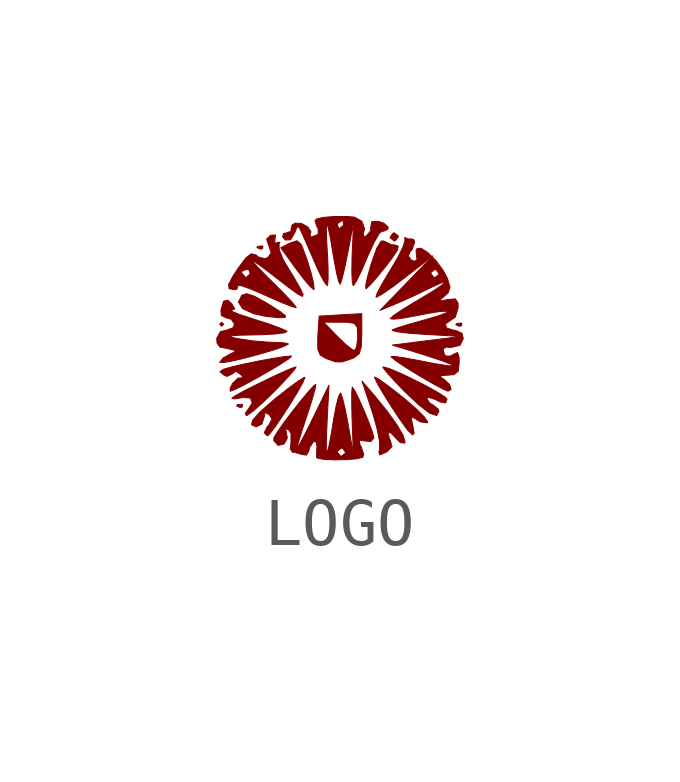
<source format=kicad_sym>
(kicad_symbol_lib
  (version 20210619)
  (generator bitmap2component)
  (symbol "LOGO"
    (pin_names
      (offset 1.016))
    (property "Reference" "#G"
      (at 0 2.074 0)
      (effects (font (size 1.27 1.27)) hide))
    (symbol "LOGO_0_0"
      (polyline (pts (xy 0.176 -2.528) (xy 0.396 -2.51) (xy 0.529 -2.479) (xy 0.548 -2.416) (xy 0.499 -2.268) (xy 0.462 -2.195) (xy 0.46 -2.122) (xy 0.583 -2.139) (xy 0.697 -2.149) (xy 0.762 -2.077) (xy 0.733 -1.961) (xy 0.657 -1.754) (xy 0.556 -1.506) (xy 0.451 -1.267) (xy 0.362 -1.087) (xy 0.311 -1.016) (xy 0.307 -1.025) (xy 0.299 -1.152) (xy 0.299 -1.395) (xy 0.307 -1.714) (xy 0.333 -2.413) (xy 0.225 -1.802) (xy 0.219 -1.765) (xy 0.16 -1.466) (xy 0.106 -1.242) (xy 0.068 -1.14) (xy 0.062 -1.138) (xy 0.023 -1.217) (xy -0.029 -1.419) (xy -0.082 -1.709) (xy -0.124 -1.967) (xy -0.179 -2.256) (xy -0.212 -2.371) (xy 0 -2.371) (xy 0.002 -2.35) (xy 0.085 -2.286) (xy 0.105 -2.288) (xy 0.169 -2.371) (xy 0.167 -2.391) (xy 0.085 -2.455) (xy 0.064 -2.453) (xy 0 -2.371) (xy -0.212 -2.371) (xy -0.214 -2.377) (xy -0.231 -2.331) (xy -0.231 -2.117) (xy -0.215 -1.736) (xy -0.176 -0.974) (xy -0.505 -1.651) (xy -0.578 -1.801) (xy -0.711 -2.062) (xy -0.803 -2.231) (xy -0.84 -2.28) (xy -0.84 -2.271) (xy -0.807 -2.144) (xy -0.735 -1.91) (xy -0.635 -1.609) (xy -0.611 -1.538) (xy -0.521 -1.253) (xy -0.464 -1.047) (xy -0.452 -0.959) (xy -0.485 -0.98) (xy -0.598 -1.101) (xy -0.76 -1.296) (xy -0.943 -1.527) (xy -1.117 -1.758) (xy -1.253 -1.952) (xy -1.323 -2.07) (xy -1.327 -2.13) (xy -1.24 -2.227) (xy -1.231 -2.23) (xy -1.111 -2.201) (xy -1.044 -2.076) (xy -1.071 -1.927) (xy -1.088 -1.885) (xy -1.022 -1.901) (xy -0.967 -1.98) (xy -0.968 -2.168) (xy -0.982 -2.302) (xy -0.94 -2.371) (xy -0.889 -2.376) (xy -0.727 -2.422) (xy -0.645 -2.433) (xy -0.593 -2.342) (xy -0.584 -2.281) (xy -0.501 -2.155) (xy -0.448 -2.148) (xy -0.426 -2.256) (xy -0.433 -2.346) (xy -0.433 -2.483) (xy -0.419 -2.496) (xy -0.289 -2.521) (xy -0.072 -2.532) (xy 0.176 -2.528)) (stroke (width 0.01)) (fill (type outline)))
      (polyline (pts (xy 1.009 -2.374) (xy 1.039 -2.358) (xy 1.138 -2.256) (xy 1.099 -2.113) (xy 1.083 -2.082) (xy 1.054 -1.965) (xy 1.113 -1.968) (xy 1.233 -2.095) (xy 1.312 -2.173) (xy 1.403 -2.182) (xy 1.411 -2.165) (xy 1.375 -2.032) (xy 1.245 -1.807) (xy 1.037 -1.516) (xy 0.767 -1.185) (xy 0.513 -0.889) (xy 0.723 -1.519) (xy 0.742 -1.578) (xy 0.83 -1.895) (xy 0.88 -2.156) (xy 0.881 -2.31) (xy 0.864 -2.373) (xy 0.882 -2.428) (xy 1.009 -2.374)) (stroke (width 0.01)) (fill (type outline)))
      (polyline (pts (xy -1.414 -1.993) (xy -1.299 -1.843) (xy -1.146 -1.619) (xy -0.981 -1.363) (xy -0.83 -1.116) (xy -0.72 -0.919) (xy -0.677 -0.813) (xy -0.694 -0.813) (xy -0.81 -0.884) (xy -1.013 -1.032) (xy -1.274 -1.237) (xy -1.33 -1.283) (xy -1.613 -1.532) (xy -1.769 -1.707) (xy -1.79 -1.8) (xy -1.694 -1.844) (xy -1.576 -1.785) (xy -1.524 -1.629) (xy -1.505 -1.541) (xy -1.422 -1.592) (xy -1.364 -1.68) (xy -1.422 -1.795) (xy -1.471 -1.852) (xy -1.524 -1.964) (xy -1.524 -1.97) (xy -1.459 -2.032) (xy -1.414 -1.993)) (stroke (width 0.01)) (fill (type outline)))
      (polyline (pts (xy 1.6 -1.975) (xy 1.57 -1.806) (xy 1.546 -1.698) (xy 1.556 -1.631) (xy 1.643 -1.687) (xy 1.731 -1.74) (xy 1.874 -1.76) (xy 1.882 -1.74) (xy 1.809 -1.634) (xy 1.638 -1.463) (xy 1.391 -1.25) (xy 1.264 -1.149) (xy 1.023 -0.963) (xy 0.85 -0.841) (xy 0.776 -0.805) (xy 0.776 -0.819) (xy 0.835 -0.942) (xy 0.961 -1.158) (xy 1.133 -1.433) (xy 1.294 -1.676) (xy 1.467 -1.915) (xy 1.567 -2.013) (xy 1.6 -1.975)) (stroke (width 0.01)) (fill (type outline)))
      (polyline (pts (xy -1.877 -1.601) (xy -1.751 -1.509) (xy -1.551 -1.333) (xy -1.312 -1.101) (xy -1.219 -1.006) (xy -1.02 -0.794) (xy -0.893 -0.648) (xy -0.862 -0.593) (xy -0.96 -0.625) (xy -1.162 -0.712) (xy -1.422 -0.834) (xy -1.699 -0.969) (xy -1.95 -1.096) (xy -2.131 -1.196) (xy -2.201 -1.246) (xy -2.147 -1.261) (xy -1.99 -1.235) (xy -1.971 -1.231) (xy -1.812 -1.243) (xy -1.777 -1.347) (xy -1.88 -1.507) (xy -1.922 -1.563) (xy -1.898 -1.609) (xy -1.877 -1.601)) (stroke (width 0.01)) (fill (type outline)))
      (polyline (pts (xy 2.117 -1.521) (xy 2.102 -1.475) (xy 1.99 -1.385) (xy 1.93 -1.353) (xy 1.863 -1.258) (xy 1.897 -1.227) (xy 2.026 -1.267) (xy 2.145 -1.325) (xy 2.257 -1.345) (xy 2.286 -1.265) (xy 2.244 -1.221) (xy 2.084 -1.119) (xy 1.845 -0.987) (xy 1.569 -0.847) (xy 1.3 -0.72) (xy 1.079 -0.628) (xy 0.95 -0.593) (xy 0.949 -0.602) (xy 1.019 -0.696) (xy 1.176 -0.872) (xy 1.397 -1.101) (xy 1.684 -1.374) (xy 1.923 -1.559) (xy 2.068 -1.608) (xy 2.117 -1.521)) (stroke (width 0.01)) (fill (type outline)))
      (polyline (pts (xy -1.987 -1.433) (xy -1.976 -1.383) (xy -1.988 -1.373) (xy -2.088 -1.383) (xy -2.102 -1.408) (xy -2.032 -1.439) (xy -1.987 -1.433)) (stroke (width 0.01)) (fill (type outline)))
      (polyline (pts (xy -2.23 -1.1) (xy -2.119 -1.057) (xy -1.918 -0.955) (xy -1.667 -0.818) (xy -1.404 -0.668) (xy -1.172 -0.528) (xy -1.009 -0.421) (xy -0.956 -0.371) (xy -0.971 -0.367) (xy -1.107 -0.379) (xy -1.345 -0.416) (xy -1.637 -0.47) (xy -1.937 -0.531) (xy -2.196 -0.591) (xy -2.368 -0.641) (xy -2.375 -0.643) (xy -2.45 -0.693) (xy -2.37 -0.762) (xy -2.299 -0.791) (xy -2.186 -0.737) (xy -2.121 -0.684) (xy -2.014 -0.754) (xy -1.966 -0.815) (xy -1.994 -0.822) (xy -2.072 -0.828) (xy -2.185 -0.937) (xy -2.238 -1.041) (xy -2.234 -1.101) (xy -2.23 -1.1)) (stroke (width 0.01)) (fill (type outline)))
      (polyline (pts (xy 0.822 0.862) (xy 0.944 0.932) (xy 1.152 1.076) (xy 1.414 1.274) (xy 1.969 1.706) (xy 1.889 1.787) (xy 1.743 1.882) (xy 1.655 1.87) (xy 1.64 1.835) (xy 1.651 1.693) (xy 1.665 1.661) (xy 1.619 1.609) (xy 1.543 1.629) (xy 1.477 1.723) (xy 1.523 1.819) (xy 1.558 1.853) (xy 1.609 2) (xy 1.598 2.056) (xy 1.531 2.079) (xy 1.508 2.068) (xy 1.418 2.095) (xy 1.405 2.112) (xy 1.408 2.053) (xy 1.409 2.046) (xy 1.371 1.914) (xy 1.261 1.691) (xy 1.102 1.421) (xy 1.077 1.382) (xy 0.927 1.13) (xy 0.829 0.943) (xy 0.804 0.861) (xy 0.822 0.862)) (stroke (width 0.01)) (fill (type outline)))
      (polyline (pts (xy 1.99 1.722) (xy 1.969 1.706) (xy 1.972 1.704) (xy 1.99 1.722)) (stroke (width 0.01)) (fill (type outline)))
      (polyline (pts (xy 2.37 -1.061) (xy 2.339 -0.96) (xy 2.223 -0.853) (xy 2.159 -0.813) (xy 2.157 -0.775) (xy 2.307 -0.765) (xy 2.429 -0.754) (xy 2.52 -0.683) (xy 2.54 -0.498) (xy 2.537 -0.389) (xy 2.505 -0.294) (xy 2.426 -0.328) (xy 2.359 -0.368) (xy 2.257 -0.366) (xy 2.229 -0.331) (xy 2.205 -0.224) (xy 2.265 -0.179) (xy 2.361 -0.189) (xy 2.556 -0.144) (xy 2.625 0) (xy 2.598 0.107) (xy 2.46 0.169) (xy 2.429 0.17) (xy 2.28 0.216) (xy 2.249 0.3) (xy 2.359 0.377) (xy 2.459 0.445) (xy 2.519 0.644) (xy 2.514 0.741) (xy 2.458 0.825) (xy 2.297 0.81) (xy 2.171 0.784) (xy 2.134 0.798) (xy 2.234 0.884) (xy 2.311 0.954) (xy 2.349 1.07) (xy 2.292 1.257) (xy 2.208 1.415) (xy 2.056 1.62) (xy 1.972 1.704) (xy 1.634 1.355) (xy 1.947 1.355) (xy 1.95 1.375) (xy 2.032 1.439) (xy 2.052 1.437) (xy 2.117 1.355) (xy 2.114 1.334) (xy 2.032 1.27) (xy 2.012 1.272) (xy 1.947 1.355) (xy 1.634 1.355) (xy 1.439 1.154) (xy 0.889 0.585) (xy 1.228 0.726) (xy 1.264 0.741) (xy 1.585 0.884) (xy 1.892 1.032) (xy 1.995 1.083) (xy 2.183 1.165) (xy 2.238 1.17) (xy 2.169 1.105) (xy 1.983 0.98) (xy 1.688 0.803) (xy 1.61 0.757) (xy 1.351 0.599) (xy 1.17 0.477) (xy 1.101 0.412) (xy 1.101 0.411) (xy 1.183 0.402) (xy 1.385 0.426) (xy 1.666 0.478) (xy 1.836 0.512) (xy 2.132 0.561) (xy 2.284 0.569) (xy 2.285 0.54) (xy 2.13 0.478) (xy 1.813 0.385) (xy 1.796 0.381) (xy 1.497 0.297) (xy 1.262 0.225) (xy 1.143 0.178) (xy 1.145 0.165) (xy 1.261 0.137) (xy 1.497 0.108) (xy 1.82 0.085) (xy 2.582 0.042) (xy 1.863 -0.048) (xy 1.143 -0.138) (xy 1.797 -0.339) (xy 1.897 -0.371) (xy 2.174 -0.463) (xy 2.36 -0.535) (xy 2.42 -0.572) (xy 2.415 -0.574) (xy 2.3 -0.568) (xy 2.07 -0.533) (xy 1.769 -0.475) (xy 1.716 -0.464) (xy 1.423 -0.41) (xy 1.21 -0.378) (xy 1.119 -0.377) (xy 1.12 -0.384) (xy 1.208 -0.458) (xy 1.401 -0.589) (xy 1.666 -0.753) (xy 1.738 -0.796) (xy 2.006 -0.951) (xy 2.209 -1.059) (xy 2.307 -1.1) (xy 2.37 -1.061)) (stroke (width 0.01)) (fill (type outline)))
      (polyline (pts (xy -2.183 -0.469) (xy -1.917 -0.406) (xy -1.624 -0.328) (xy -1.348 -0.246) (xy -1.133 -0.173) (xy -1.023 -0.118) (xy -1.03 -0.108) (xy -1.146 -0.089) (xy -1.362 -0.08) (xy -1.416 -0.079) (xy -1.758 -0.052) (xy -2.074 -0.005) (xy -2.147 0.011) (xy -2.239 0.039) (xy -2.205 0.057) (xy -2.03 0.068) (xy -1.7 0.075) (xy -1.566 0.078) (xy -1.282 0.094) (xy -1.099 0.118) (xy -1.05 0.147) (xy -1.056 0.152) (xy -1.182 0.211) (xy -1.419 0.298) (xy -1.721 0.395) (xy -1.794 0.418) (xy -2.046 0.502) (xy -2.195 0.562) (xy -2.212 0.587) (xy -2.205 0.587) (xy -2.139 0.618) (xy -2.203 0.722) (xy -2.286 0.798) (xy -2.374 0.776) (xy -2.429 0.591) (xy -2.419 0.477) (xy -2.3 0.423) (xy -2.215 0.402) (xy -2.145 0.296) (xy -2.179 0.22) (xy -2.324 0.169) (xy -2.441 0.142) (xy -2.517 0) (xy -2.509 -0.1) (xy -2.45 -0.18) (xy -2.443 -0.181) (xy -2.286 -0.212) (xy -2.276 -0.214) (xy -2.138 -0.249) (xy -2.144 -0.279) (xy -2.265 -0.341) (xy -2.386 -0.409) (xy -2.455 -0.498) (xy -2.455 -0.499) (xy -2.377 -0.503) (xy -2.183 -0.469)) (stroke (width 0.01)) (fill (type outline)))
      (polyline (pts (xy 0.291 -0.425) (xy 0.354 -0.399) (xy 0.454 -0.319) (xy 0.498 -0.174) (xy 0.508 0.087) (xy 0.508 0.517) (xy -0.381 0.466) (xy -0.389 0.339) (xy -0.287 0.339) (xy 0.068 0.339) (xy 0.196 0.338) (xy 0.354 0.314) (xy 0.414 0.229) (xy 0.423 0.042) (xy 0.423 0.004) (xy 0.4 -0.179) (xy 0.355 -0.254) (xy 0.317 -0.237) (xy 0.18 -0.131) (xy 0 0.042) (xy -0.287 0.339) (xy -0.389 0.339) (xy -0.407 0.062) (xy -0.411 -0.015) (xy -0.408 -0.233) (xy -0.356 -0.349) (xy -0.237 -0.419) (xy -0.229 -0.422) (xy -0.04 -0.488) (xy 0.1 -0.489) (xy 0.291 -0.425)) (stroke (width 0.01)) (fill (type outline)))
      (polyline (pts (xy -2.371 0.296) (xy -2.413 0.339) (xy -2.455 0.296) (xy -2.413 0.254) (xy -2.371 0.296)) (stroke (width 0.01)) (fill (type outline)))
      (polyline (pts (xy 2.585 0.26) (xy 2.596 0.31) (xy 2.584 0.321) (xy 2.483 0.31) (xy 2.47 0.285) (xy 2.54 0.254) (xy 2.585 0.26)) (stroke (width 0.01)) (fill (type outline)))
      (polyline (pts (xy -1.089 0.439) (xy -1.082 0.474) (xy -1.191 0.559) (xy -1.432 0.712) (xy -1.462 0.731) (xy -1.727 0.879) (xy -1.893 0.933) (xy -1.993 0.901) (xy -2.064 0.758) (xy -1.979 0.623) (xy -1.748 0.516) (xy -1.502 0.462) (xy -1.228 0.433) (xy -1.2 0.432) (xy -1.089 0.439)) (stroke (width 0.01)) (fill (type outline)))
      (polyline (pts (xy -0.866 0.659) (xy -0.957 0.769) (xy -1.132 0.955) (xy -1.367 1.19) (xy -1.463 1.284) (xy -1.678 1.502) (xy -1.767 1.608) (xy -1.729 1.602) (xy -1.564 1.486) (xy -1.27 1.26) (xy -1.021 1.067) (xy -0.825 0.925) (xy -0.728 0.876) (xy -0.715 0.913) (xy -0.767 1.027) (xy -0.793 1.074) (xy -0.923 1.299) (xy -1.075 1.548) (xy -1.128 1.641) (xy -1.212 1.841) (xy -1.218 1.964) (xy -1.199 2.007) (xy -1.256 1.998) (xy -1.309 1.983) (xy -1.302 2.071) (xy -1.29 2.157) (xy -1.386 2.151) (xy -1.398 2.147) (xy -1.476 2.072) (xy -1.429 1.928) (xy -1.381 1.783) (xy -1.451 1.686) (xy -1.513 1.663) (xy -1.646 1.697) (xy -1.695 1.74) (xy -1.795 1.766) (xy -1.91 1.679) (xy -2.071 1.462) (xy -2.112 1.399) (xy -1.996 1.399) (xy -1.905 1.439) (xy -1.841 1.426) (xy -1.82 1.355) (xy -1.838 1.329) (xy -1.905 1.27) (xy -1.917 1.274) (xy -1.99 1.355) (xy -1.996 1.399) (xy -2.112 1.399) (xy -2.18 1.296) (xy -2.269 1.123) (xy -2.259 1.038) (xy -2.154 1.016) (xy -2.094 1.028) (xy -2.074 1.1) (xy -2.074 1.11) (xy -1.985 1.095) (xy -1.785 1.021) (xy -1.508 0.901) (xy -1.42 0.861) (xy -1.144 0.741) (xy -0.945 0.663) (xy -0.86 0.641) (xy -0.866 0.659)) (stroke (width 0.01)) (fill (type outline)))
      (polyline (pts (xy -0.485 1.035) (xy -0.5 1.165) (xy -0.554 1.385) (xy -0.636 1.649) (xy -0.733 1.909) (xy -0.758 1.964) (xy -0.842 2.037) (xy -0.993 1.987) (xy -1.181 1.891) (xy -0.866 1.456) (xy -0.709 1.249) (xy -0.57 1.083) (xy -0.495 1.018) (xy -0.485 1.035)) (stroke (width 0.01)) (fill (type outline)))
      (polyline (pts (xy 0.674 1.105) (xy 0.822 1.274) (xy 1.009 1.503) (xy 1.13 1.661) (xy 1.248 1.836) (xy 1.269 1.923) (xy 1.204 1.947) (xy 1.118 1.958) (xy 0.965 2.032) (xy 0.911 2.03) (xy 0.821 1.881) (xy 0.708 1.564) (xy 0.702 1.545) (xy 0.627 1.279) (xy 0.589 1.096) (xy 0.597 1.035) (xy 0.674 1.105)) (stroke (width 0.01)) (fill (type outline)))
      (polyline (pts (xy -0.205 1.11) (xy -0.194 1.237) (xy -0.195 1.48) (xy -0.21 1.799) (xy -0.222 1.995) (xy -0.232 2.273) (xy -0.223 2.384) (xy -0.217 2.371) (xy 0 2.371) (xy 0.003 2.394) (xy 0.09 2.455) (xy 0.12 2.449) (xy 0.127 2.371) (xy 0.11 2.345) (xy 0.037 2.286) (xy 0.029 2.288) (xy 0 2.371) (xy -0.217 2.371) (xy -0.196 2.327) (xy -0.148 2.102) (xy -0.082 1.709) (xy -0.072 1.651) (xy -0.02 1.373) (xy 0.026 1.187) (xy 0.058 1.13) (xy 0.061 1.135) (xy 0.099 1.253) (xy 0.155 1.487) (xy 0.217 1.792) (xy 0.336 2.413) (xy 0.308 1.757) (xy 0.305 1.679) (xy 0.301 1.385) (xy 0.31 1.179) (xy 0.33 1.101) (xy 0.336 1.104) (xy 0.399 1.201) (xy 0.501 1.41) (xy 0.624 1.693) (xy 0.649 1.753) (xy 0.771 2.015) (xy 0.873 2.19) (xy 0.935 2.241) (xy 0.956 2.232) (xy 1.052 2.276) (xy 1.057 2.324) (xy 0.966 2.404) (xy 0.848 2.442) (xy 0.715 2.434) (xy 0.695 2.316) (xy 0.691 2.241) (xy 0.602 2.136) (xy 0.548 2.127) (xy 0.539 2.183) (xy 0.568 2.284) (xy 0.509 2.444) (xy 0.356 2.53) (xy 0.208 2.542) (xy -0.058 2.543) (xy -0.297 2.524) (xy -0.437 2.49) (xy -0.467 2.453) (xy -0.428 2.334) (xy -0.402 2.296) (xy -0.401 2.17) (xy -0.536 2.117) (xy -0.56 2.119) (xy -0.569 2.169) (xy -0.551 2.224) (xy -0.618 2.323) (xy -0.748 2.398) (xy -0.882 2.404) (xy -0.945 2.366) (xy -0.968 2.277) (xy -0.964 2.237) (xy -1.058 2.201) (xy -1.123 2.188) (xy -1.143 2.117) (xy -1.085 2.052) (xy -0.976 2.058) (xy -0.884 2.216) (xy -0.84 2.329) (xy -0.795 2.312) (xy -0.719 2.152) (xy -0.679 2.061) (xy -0.562 1.793) (xy -0.436 1.503) (xy -0.367 1.352) (xy -0.27 1.171) (xy -0.213 1.101) (xy -0.205 1.11)) (stroke (width 0.01)) (fill (type outline)))
      (polyline (pts (xy -1.564 1.869) (xy -1.552 1.919) (xy -1.565 1.929) (xy -1.665 1.919) (xy -1.678 1.894) (xy -1.609 1.863) (xy -1.564 1.869)) (stroke (width 0.01)) (fill (type outline)))
      (polyline (pts (xy 1.206 2.034) (xy 1.27 2.117) (xy 1.268 2.137) (xy 1.185 2.201) (xy 1.165 2.199) (xy 1.101 2.117) (xy 1.103 2.096) (xy 1.185 2.032) (xy 1.206 2.034)) (stroke (width 0.01)) (fill (type outline))))))
</source>
